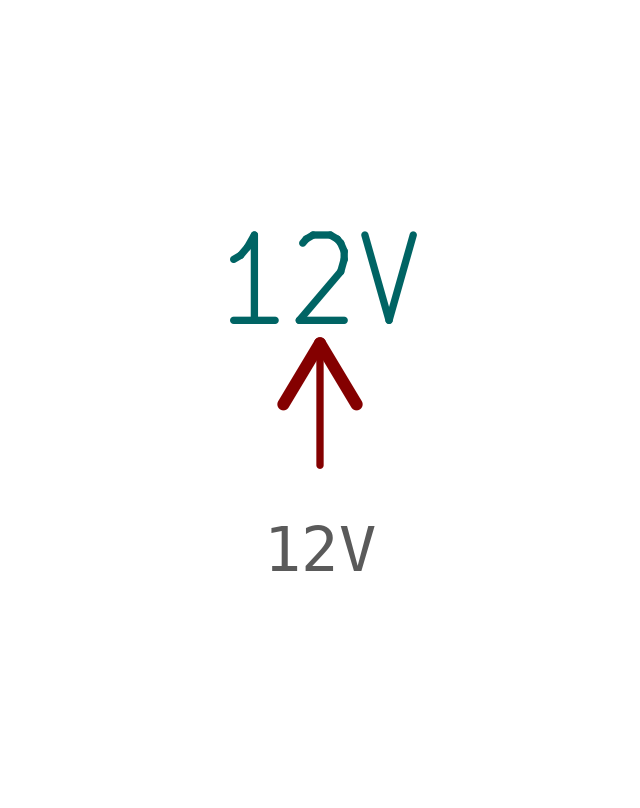
<source format=kicad_sym>
(kicad_symbol_lib
  (version 20211014)
  (generator kicad_symbol_editor)
  (symbol "12V"
    (power)
    (property "Reference" "#SUPPLY"
      (at 0 0 0)
      (effects (font (size 1.27 1.27)) hide))
    (property "Value" "12V"
      (at 0 2.794 0)
      (effects (font (size 1.778 1.511)) (justify bottom)))
    (property "ki_locked" ""
      (at 0 0 0)
      (effects (font (size 1.27 1.27))))
    (symbol "12V_1_0"
      (polyline (pts (xy 0 2.54) (xy -0.762 1.27)) (stroke (width 0.254) (type default) (color 0 0 0 0)) (fill (type none)))
      (polyline (pts (xy 0.762 1.27) (xy 0 2.54)) (stroke (width 0.254) (type default) (color 0 0 0 0)) (fill (type none)))
      (pin power_in line (at 0 0 90) (length 2.54) (name "12V" (effects (font (size 0 0)))) (number "1" (effects (font (size 0 0))))))))
</source>
